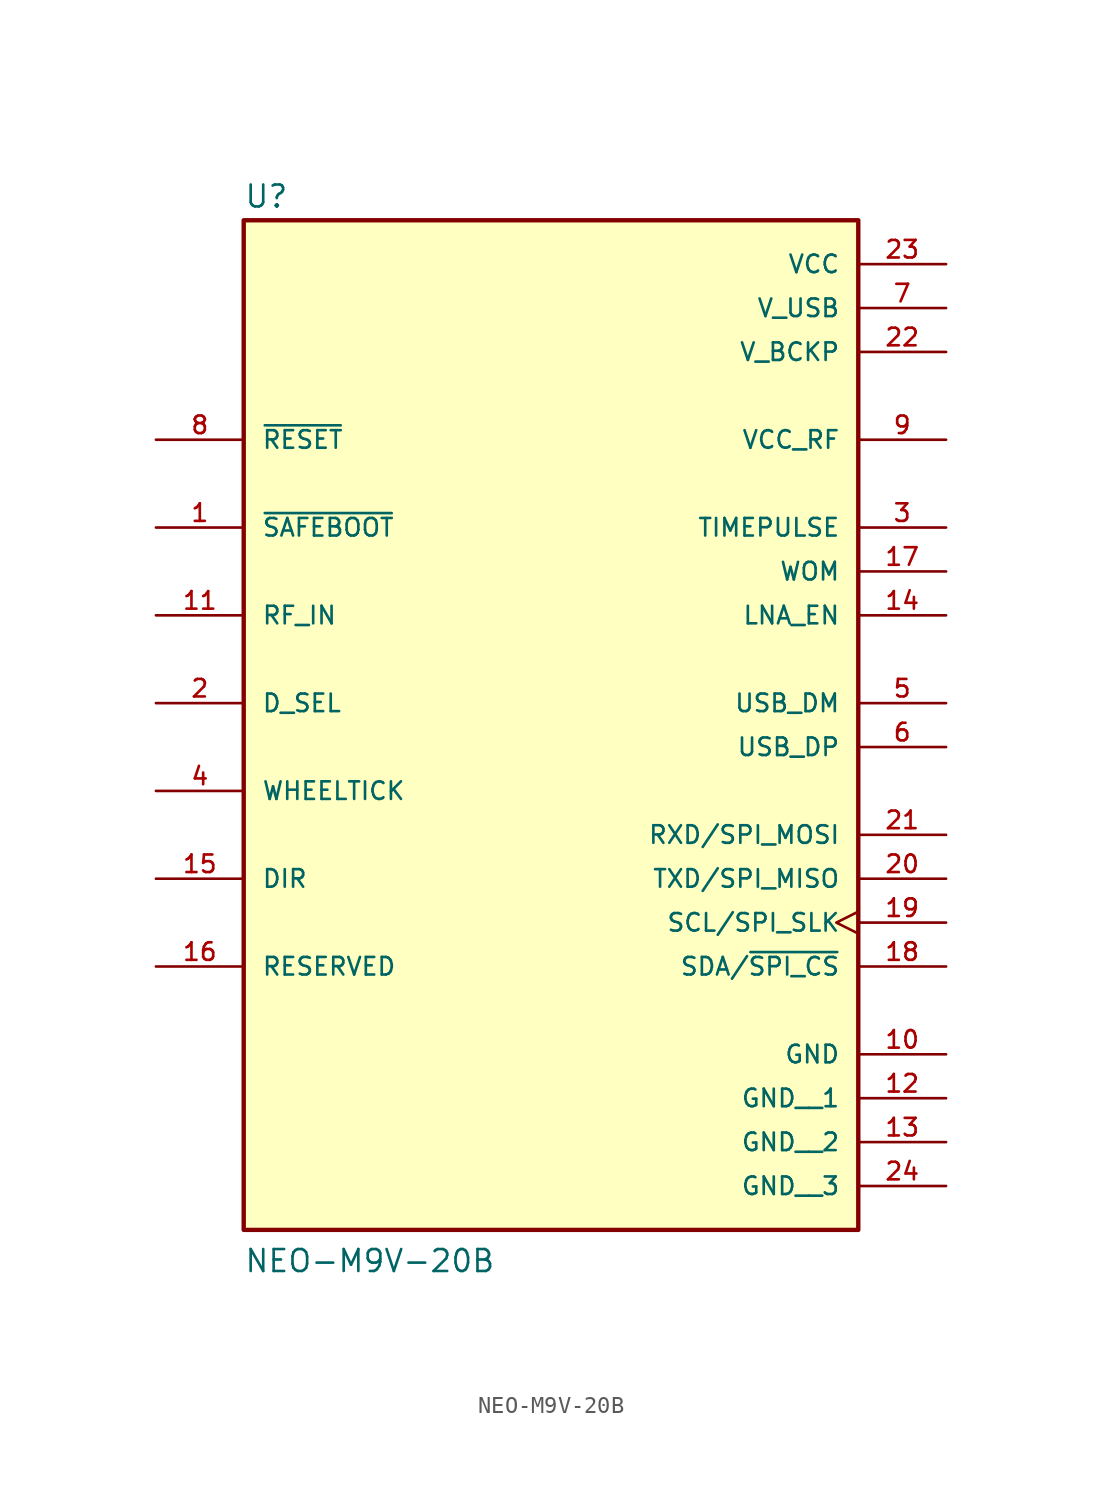
<source format=kicad_sym>
(kicad_symbol_lib
  (version 20241209)
  (generator "kicad_symbol_editor")
  (generator_version "9.0")
  (symbol "NEO-M9V-20B"
    (pin_names
      (offset 1.016))
    (property "Reference" "U"
      (at -17.78 26.035 0)
      (effects (font (size 1.27 1.27)) (justify left bottom)))
    (property "Value" "NEO-M9V-20B"
      (at -17.78 -35.56 0)
      (effects (font (size 1.27 1.27)) (justify left bottom)))
    (symbol "NEO-M9V-20B_0_0"
      (rectangle (start -17.78 -33.02) (end 17.78 25.4) (stroke (width 0.254) (type default)) (fill (type background)))
      (pin input line (at -22.86 12.7 0) (length 5.08) (name "~{RESET}" (effects (font (size 1.016 1.016)))) (number "8" (effects (font (size 1.016 1.016)))))
      (pin input line (at -22.86 7.62 0) (length 5.08) (name "~{SAFEBOOT}" (effects (font (size 1.016 1.016)))) (number "1" (effects (font (size 1.016 1.016)))))
      (pin input line (at -22.86 2.54 0) (length 5.08) (name "RF_IN" (effects (font (size 1.016 1.016)))) (number "11" (effects (font (size 1.016 1.016)))))
      (pin input line (at -22.86 -2.54 0) (length 5.08) (name "D_SEL" (effects (font (size 1.016 1.016)))) (number "2" (effects (font (size 1.016 1.016)))))
      (pin input line (at -22.86 -7.62 0) (length 5.08) (name "WHEELTICK" (effects (font (size 1.016 1.016)))) (number "4" (effects (font (size 1.016 1.016)))))
      (pin input line (at -22.86 -12.7 0) (length 5.08) (name "DIR" (effects (font (size 1.016 1.016)))) (number "15" (effects (font (size 1.016 1.016)))))
      (pin passive line (at -22.86 -17.78 0) (length 5.08) (name "RESERVED" (effects (font (size 1.016 1.016)))) (number "16" (effects (font (size 1.016 1.016)))))
      (pin power_in line (at 22.86 22.86 180) (length 5.08) (name "VCC" (effects (font (size 1.016 1.016)))) (number "23" (effects (font (size 1.016 1.016)))))
      (pin power_in line (at 22.86 20.32 180) (length 5.08) (name "V_USB" (effects (font (size 1.016 1.016)))) (number "7" (effects (font (size 1.016 1.016)))))
      (pin power_in line (at 22.86 17.78 180) (length 5.08) (name "V_BCKP" (effects (font (size 1.016 1.016)))) (number "22" (effects (font (size 1.016 1.016)))))
      (pin output line (at 22.86 12.7 180) (length 5.08) (name "VCC_RF" (effects (font (size 1.016 1.016)))) (number "9" (effects (font (size 1.016 1.016)))))
      (pin output line (at 22.86 7.62 180) (length 5.08) (name "TIMEPULSE" (effects (font (size 1.016 1.016)))) (number "3" (effects (font (size 1.016 1.016)))))
      (pin output line (at 22.86 5.08 180) (length 5.08) (name "WOM" (effects (font (size 1.016 1.016)))) (number "17" (effects (font (size 1.016 1.016)))))
      (pin output line (at 22.86 2.54 180) (length 5.08) (name "LNA_EN" (effects (font (size 1.016 1.016)))) (number "14" (effects (font (size 1.016 1.016)))))
      (pin bidirectional line (at 22.86 -2.54 180) (length 5.08) (name "USB_DM" (effects (font (size 1.016 1.016)))) (number "5" (effects (font (size 1.016 1.016)))))
      (pin bidirectional line (at 22.86 -5.08 180) (length 5.08) (name "USB_DP" (effects (font (size 1.016 1.016)))) (number "6" (effects (font (size 1.016 1.016)))))
      (pin input line (at 22.86 -10.16 180) (length 5.08) (name "RXD/SPI_MOSI" (effects (font (size 1.016 1.016)))) (number "21" (effects (font (size 1.016 1.016)))))
      (pin output line (at 22.86 -12.7 180) (length 5.08) (name "TXD/SPI_MISO" (effects (font (size 1.016 1.016)))) (number "20" (effects (font (size 1.016 1.016)))))
      (pin bidirectional clock (at 22.86 -15.24 180) (length 5.08) (name "SCL/SPI_SLK" (effects (font (size 1.016 1.016)))) (number "19" (effects (font (size 1.016 1.016)))))
      (pin bidirectional line (at 22.86 -17.78 180) (length 5.08) (name "SDA/~{SPI_CS}" (effects (font (size 1.016 1.016)))) (number "18" (effects (font (size 1.016 1.016)))))
      (pin power_in line (at 22.86 -22.86 180) (length 5.08) (name "GND" (effects (font (size 1.016 1.016)))) (number "10" (effects (font (size 1.016 1.016)))))
      (pin power_in line (at 22.86 -25.4 180) (length 5.08) (name "GND__1" (effects (font (size 1.016 1.016)))) (number "12" (effects (font (size 1.016 1.016)))))
      (pin power_in line (at 22.86 -27.94 180) (length 5.08) (name "GND__2" (effects (font (size 1.016 1.016)))) (number "13" (effects (font (size 1.016 1.016)))))
      (pin power_in line (at 22.86 -30.48 180) (length 5.08) (name "GND__3" (effects (font (size 1.016 1.016)))) (number "24" (effects (font (size 1.016 1.016))))))))
</source>
